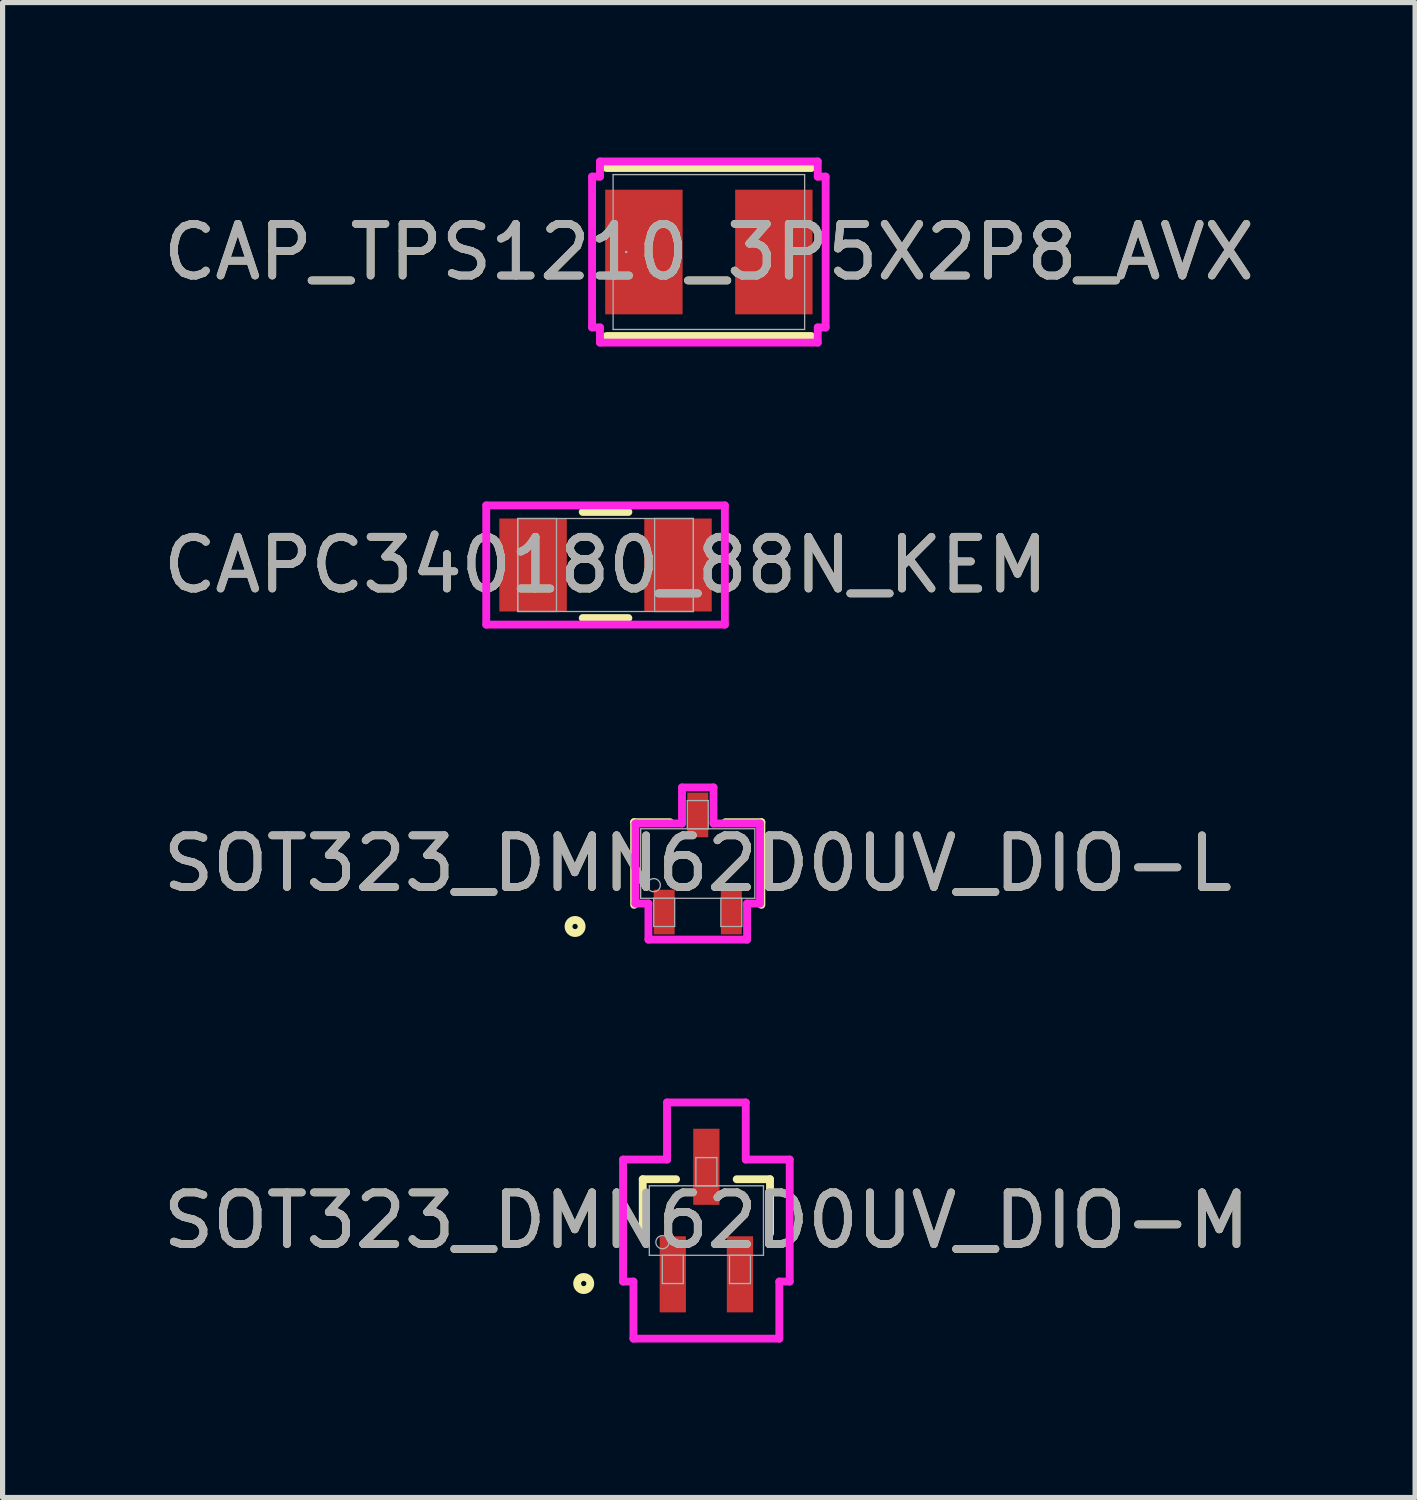
<source format=kicad_pcb>
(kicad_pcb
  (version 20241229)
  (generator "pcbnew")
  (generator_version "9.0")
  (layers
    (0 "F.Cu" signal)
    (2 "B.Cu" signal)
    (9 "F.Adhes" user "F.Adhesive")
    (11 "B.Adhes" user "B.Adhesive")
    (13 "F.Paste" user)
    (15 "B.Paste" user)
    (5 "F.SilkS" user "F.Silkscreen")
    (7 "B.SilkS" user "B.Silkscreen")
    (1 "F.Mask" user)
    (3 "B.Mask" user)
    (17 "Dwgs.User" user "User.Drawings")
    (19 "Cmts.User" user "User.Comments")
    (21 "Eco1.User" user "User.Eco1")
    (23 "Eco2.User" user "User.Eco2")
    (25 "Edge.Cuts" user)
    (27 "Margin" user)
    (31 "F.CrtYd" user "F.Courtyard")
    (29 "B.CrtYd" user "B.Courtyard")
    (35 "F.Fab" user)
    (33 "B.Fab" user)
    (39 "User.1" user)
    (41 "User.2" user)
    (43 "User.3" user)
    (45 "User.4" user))
  (footprint "CAP_TPS1210_3P5X2P8_AVX"
    (layer "F.Cu")
    (at 10.673 1.829)
    (property "Reference" "CAP_TPS1210_3P5X2P8_AVX" (at 0 0 0) (unlocked yes) (layer "F.SilkS") (effects (font (size 1 1) (thickness 0.15))))
    (attr smd)
    (fp_line (start -1.981 1.626) (end 1.981 1.626) (stroke (width 0.152) (type solid)) (layer "F.SilkS"))
    (fp_line (start 1.981 -1.626) (end -1.981 -1.626) (stroke (width 0.152) (type solid)) (layer "F.SilkS"))
    (fp_line (start -2.261 -1.46) (end -2.108 -1.46) (stroke (width 0.152) (type solid)) (layer "F.CrtYd"))
    (fp_line (start -2.261 1.46) (end -2.261 -1.46) (stroke (width 0.152) (type solid)) (layer "F.CrtYd"))
    (fp_line (start -2.108 -1.753) (end 2.108 -1.753) (stroke (width 0.152) (type solid)) (layer "F.CrtYd"))
    (fp_line (start -2.108 -1.46) (end -2.108 -1.753) (stroke (width 0.152) (type solid)) (layer "F.CrtYd"))
    (fp_line (start -2.108 1.46) (end -2.261 1.46) (stroke (width 0.152) (type solid)) (layer "F.CrtYd"))
    (fp_line (start -2.108 1.753) (end -2.108 1.46) (stroke (width 0.152) (type solid)) (layer "F.CrtYd"))
    (fp_line (start 2.108 -1.753) (end 2.108 -1.46) (stroke (width 0.152) (type solid)) (layer "F.CrtYd"))
    (fp_line (start 2.108 -1.46) (end 2.261 -1.46) (stroke (width 0.152) (type solid)) (layer "F.CrtYd"))
    (fp_line (start 2.108 1.46) (end 2.108 1.753) (stroke (width 0.152) (type solid)) (layer "F.CrtYd"))
    (fp_line (start 2.108 1.753) (end -2.108 1.753) (stroke (width 0.152) (type solid)) (layer "F.CrtYd"))
    (fp_line (start 2.261 -1.46) (end 2.261 1.46) (stroke (width 0.152) (type solid)) (layer "F.CrtYd"))
    (fp_line (start 2.261 1.46) (end 2.108 1.46) (stroke (width 0.152) (type solid)) (layer "F.CrtYd"))
    (fp_line (start -1.854 -1.499) (end -1.854 1.499) (stroke (width 0.025) (type solid)) (layer "F.Fab"))
    (fp_line (start -1.854 1.499) (end 1.854 1.499) (stroke (width 0.025) (type solid)) (layer "F.Fab"))
    (fp_line (start 1.854 -1.499) (end -1.854 -1.499) (stroke (width 0.025) (type solid)) (layer "F.Fab"))
    (fp_line (start 1.854 1.499) (end 1.854 -1.499) (stroke (width 0.025) (type solid)) (layer "F.Fab"))
    (fp_circle (center -1.6 0) (end -1.6 0) (stroke (width 0.025) (type solid)) (fill no) (layer "F.Fab"))
    (fp_text user "${REFERENCE}" (at 0 0 0) (unlocked yes) (layer "F.Fab") (effects (font (size 1 1) (thickness 0.15))))
    (pad "1" smd rect (at -1.258 0 90) (size 2.413 1.498) (layers "F.Cu" "F.Mask" "F.Paste"))
    (pad "2" smd rect (at 1.258 0 90) (size 2.413 1.498) (layers "F.Cu" "F.Mask" "F.Paste"))
    (zone (net_name "") (layer "F.Cu") (hatch full 0.508) (connect_pads) (min_thickness 0.254) (filled_areas_thickness no) (keepout (tracks not_allowed) (vias not_allowed) (pads allowed) (copperpour not_allowed) (footprints allowed)) (placement (enabled no)) (fill) (polygon (pts (xy 8.869 0.381) (xy 12.476 0.381) (xy 12.476 0.572) (xy 8.869 0.572))))
    (zone (net_name "") (layer "F.Cu") (hatch full 0.508) (connect_pads) (min_thickness 0.254) (filled_areas_thickness no) (keepout (tracks not_allowed) (vias not_allowed) (pads allowed) (copperpour not_allowed) (footprints allowed)) (placement (enabled no)) (fill) (polygon (pts (xy 8.869 3.086) (xy 12.476 3.086) (xy 12.476 3.277) (xy 8.869 3.277))))
    (zone (net_name "") (layer "F.Cu") (hatch full 0.508) (connect_pads) (min_thickness 0.254) (filled_areas_thickness no) (keepout (tracks not_allowed) (vias not_allowed) (pads allowed) (copperpour not_allowed) (footprints allowed)) (placement (enabled no)) (fill) (polygon (pts (xy 10.214 0.572) (xy 11.131 0.572) (xy 11.131 3.086) (xy 10.214 3.086)))))
  (footprint "SOT323_DMN62D0UV_DIO-M"
    (layer "F.Cu")
    (at 10.625 20.579)
    (property "Reference" "SOT323_DMN62D0UV_DIO-M" (at 0 0 0) (unlocked yes) (layer "F.SilkS") (effects (font (size 1 1) (thickness 0.15))))
    (attr smd)
    (fp_line (start -1.232 -0.8) (end -1.232 0.248) (stroke (width 0.152) (type solid)) (layer "F.SilkS"))
    (fp_line (start -0.587 -0.8) (end -1.232 -0.8) (stroke (width 0.152) (type solid)) (layer "F.SilkS"))
    (fp_line (start 1.232 -0.8) (end 0.587 -0.8) (stroke (width 0.152) (type solid)) (layer "F.SilkS"))
    (fp_line (start 1.232 0.248) (end 1.232 -0.8) (stroke (width 0.152) (type solid)) (layer "F.SilkS"))
    (fp_circle (center -2.375 1.219) (end -2.248 1.219) (stroke (width 0.152) (type solid)) (fill no) (layer "F.SilkS"))
    (fp_line (start -1.613 -1.181) (end -0.762 -1.181) (stroke (width 0.152) (type solid)) (layer "F.CrtYd"))
    (fp_line (start -1.613 1.181) (end -1.613 -1.181) (stroke (width 0.152) (type solid)) (layer "F.CrtYd"))
    (fp_line (start -1.613 1.181) (end -1.412 1.181) (stroke (width 0.152) (type solid)) (layer "F.CrtYd"))
    (fp_line (start -1.412 1.181) (end -1.412 2.286) (stroke (width 0.152) (type solid)) (layer "F.CrtYd"))
    (fp_line (start -1.412 2.286) (end 1.412 2.286) (stroke (width 0.152) (type solid)) (layer "F.CrtYd"))
    (fp_line (start -0.762 -2.286) (end 0.762 -2.286) (stroke (width 0.152) (type solid)) (layer "F.CrtYd"))
    (fp_line (start -0.762 -1.181) (end -0.762 -2.286) (stroke (width 0.152) (type solid)) (layer "F.CrtYd"))
    (fp_line (start 0.762 -1.181) (end 0.762 -2.286) (stroke (width 0.152) (type solid)) (layer "F.CrtYd"))
    (fp_line (start 1.412 1.181) (end 1.412 2.286) (stroke (width 0.152) (type solid)) (layer "F.CrtYd"))
    (fp_line (start 1.613 -1.181) (end 0.762 -1.181) (stroke (width 0.152) (type solid)) (layer "F.CrtYd"))
    (fp_line (start 1.613 -1.181) (end 1.613 1.181) (stroke (width 0.152) (type solid)) (layer "F.CrtYd"))
    (fp_line (start 1.613 1.181) (end 1.412 1.181) (stroke (width 0.152) (type solid)) (layer "F.CrtYd"))
    (fp_line (start -1.105 -0.673) (end -1.105 0.673) (stroke (width 0.025) (type solid)) (layer "F.Fab"))
    (fp_line (start -1.105 0.673) (end 1.105 0.673) (stroke (width 0.025) (type solid)) (layer "F.Fab"))
    (fp_line (start -0.853 0.673) (end -0.853 1.219) (stroke (width 0.025) (type solid)) (layer "F.Fab"))
    (fp_line (start -0.853 1.219) (end -0.447 1.219) (stroke (width 0.025) (type solid)) (layer "F.Fab"))
    (fp_line (start -0.447 0.673) (end -0.853 0.673) (stroke (width 0.025) (type solid)) (layer "F.Fab"))
    (fp_line (start -0.447 1.219) (end -0.447 0.673) (stroke (width 0.025) (type solid)) (layer "F.Fab"))
    (fp_line (start -0.203 -1.219) (end -0.203 -0.673) (stroke (width 0.025) (type solid)) (layer "F.Fab"))
    (fp_line (start -0.203 -0.673) (end 0.203 -0.673) (stroke (width 0.025) (type solid)) (layer "F.Fab"))
    (fp_line (start 0.203 -1.219) (end -0.203 -1.219) (stroke (width 0.025) (type solid)) (layer "F.Fab"))
    (fp_line (start 0.203 -0.673) (end 0.203 -1.219) (stroke (width 0.025) (type solid)) (layer "F.Fab"))
    (fp_line (start 0.447 0.673) (end 0.447 1.219) (stroke (width 0.025) (type solid)) (layer "F.Fab"))
    (fp_line (start 0.447 1.219) (end 0.853 1.219) (stroke (width 0.025) (type solid)) (layer "F.Fab"))
    (fp_line (start 0.853 0.673) (end 0.447 0.673) (stroke (width 0.025) (type solid)) (layer "F.Fab"))
    (fp_line (start 0.853 1.219) (end 0.853 0.673) (stroke (width 0.025) (type solid)) (layer "F.Fab"))
    (fp_line (start 1.105 -0.673) (end -1.105 -0.673) (stroke (width 0.025) (type solid)) (layer "F.Fab"))
    (fp_line (start 1.105 0.673) (end 1.105 -0.673) (stroke (width 0.025) (type solid)) (layer "F.Fab"))
    (fp_circle (center -0.851 0.419) (end -0.724 0.419) (stroke (width 0.025) (type solid)) (fill no) (layer "F.Fab"))
    (fp_text user "${REFERENCE}" (at 0 0 0) (unlocked yes) (layer "F.Fab") (effects (font (size 1 1) (thickness 0.15))))
    (pad "1" smd rect (at -0.65 1.041) (size 0.508 1.473) (layers "F.Cu" "F.Mask" "F.Paste"))
    (pad "2" smd rect (at 0.65 1.041) (size 0.508 1.473) (layers "F.Cu" "F.Mask" "F.Paste"))
    (pad "3" smd rect (at 0 -1.041) (size 0.508 1.473) (layers "F.Cu" "F.Mask" "F.Paste")))
  (footprint "CAPC340180_88N_KEM"
    (layer "F.Cu")
    (at 8.673 7.888)
    (property "Reference" "CAPC340180_88N_KEM" (at 0 0 0) (unlocked yes) (layer "F.SilkS") (effects (font (size 1 1) (thickness 0.15))))
    (attr smd)
    (fp_line (start -0.442 1.027) (end 0.442 1.027) (stroke (width 0.152) (type solid)) (layer "F.SilkS"))
    (fp_line (start 0.442 -1.027) (end -0.442 -1.027) (stroke (width 0.152) (type solid)) (layer "F.SilkS"))
    (fp_line (start -2.31 -1.154) (end 2.31 -1.154) (stroke (width 0.152) (type solid)) (layer "F.CrtYd"))
    (fp_line (start -2.31 1.154) (end -2.31 -1.154) (stroke (width 0.152) (type solid)) (layer "F.CrtYd"))
    (fp_line (start 2.31 -1.154) (end 2.31 1.154) (stroke (width 0.152) (type solid)) (layer "F.CrtYd"))
    (fp_line (start 2.31 1.154) (end -2.31 1.154) (stroke (width 0.152) (type solid)) (layer "F.CrtYd"))
    (fp_line (start -1.7 -0.9) (end -1.7 0.9) (stroke (width 0.025) (type solid)) (layer "F.Fab"))
    (fp_line (start -1.7 -0.9) (end -1.7 0.9) (stroke (width 0.025) (type solid)) (layer "F.Fab"))
    (fp_line (start -1.7 0.9) (end -0.95 0.9) (stroke (width 0.025) (type solid)) (layer "F.Fab"))
    (fp_line (start -1.7 0.9) (end 1.7 0.9) (stroke (width 0.025) (type solid)) (layer "F.Fab"))
    (fp_line (start -0.95 -0.9) (end -1.7 -0.9) (stroke (width 0.025) (type solid)) (layer "F.Fab"))
    (fp_line (start -0.95 0.9) (end -0.95 -0.9) (stroke (width 0.025) (type solid)) (layer "F.Fab"))
    (fp_line (start 0.95 -0.9) (end 0.95 0.9) (stroke (width 0.025) (type solid)) (layer "F.Fab"))
    (fp_line (start 0.95 0.9) (end 1.7 0.9) (stroke (width 0.025) (type solid)) (layer "F.Fab"))
    (fp_line (start 1.7 -0.9) (end -1.7 -0.9) (stroke (width 0.025) (type solid)) (layer "F.Fab"))
    (fp_line (start 1.7 -0.9) (end 0.95 -0.9) (stroke (width 0.025) (type solid)) (layer "F.Fab"))
    (fp_line (start 1.7 0.9) (end 1.7 -0.9) (stroke (width 0.025) (type solid)) (layer "F.Fab"))
    (fp_line (start 1.7 0.9) (end 1.7 -0.9) (stroke (width 0.025) (type solid)) (layer "F.Fab"))
    (fp_text user "${REFERENCE}" (at 0 0 0) (unlocked yes) (layer "F.Fab") (effects (font (size 1 1) (thickness 0.15))))
    (pad "1" smd rect (at -1.403 0) (size 1.306 1.8) (layers "F.Cu" "F.Mask" "F.Paste"))
    (pad "2" smd rect (at 1.403 0) (size 1.306 1.8) (layers "F.Cu" "F.Mask" "F.Paste"))
    (zone (net_name "") (layer "F.Cu") (hatch full 0.508) (connect_pads) (min_thickness 0.254) (filled_areas_thickness no) (keepout (tracks not_allowed) (vias not_allowed) (pads allowed) (copperpour not_allowed) (footprints allowed)) (placement (enabled no)) (fill) (polygon (pts (xy 7.973 7.039) (xy 9.372 7.039) (xy 9.372 8.737) (xy 7.973 8.737)))))
  (footprint "SOT323_DMN62D0UV_DIO-L"
    (layer "F.Cu")
    (at 10.458 13.667)
    (property "Reference" "SOT323_DMN62D0UV_DIO-L" (at 0 0 0) (unlocked yes) (layer "F.SilkS") (effects (font (size 1 1) (thickness 0.15))))
    (attr smd)
    (fp_line (start -1.232 -0.8) (end -1.232 0.8) (stroke (width 0.152) (type solid)) (layer "F.SilkS"))
    (fp_line (start -0.536 -0.8) (end -1.232 -0.8) (stroke (width 0.152) (type solid)) (layer "F.SilkS"))
    (fp_line (start 1.232 -0.8) (end 0.536 -0.8) (stroke (width 0.152) (type solid)) (layer "F.SilkS"))
    (fp_line (start 1.232 0.8) (end 1.232 -0.8) (stroke (width 0.152) (type solid)) (layer "F.SilkS"))
    (fp_circle (center -2.375 1.219) (end -2.248 1.219) (stroke (width 0.152) (type solid)) (fill no) (layer "F.SilkS"))
    (fp_line (start -1.206 -0.775) (end -0.305 -0.775) (stroke (width 0.152) (type solid)) (layer "F.CrtYd"))
    (fp_line (start -1.206 0.775) (end -1.206 -0.775) (stroke (width 0.152) (type solid)) (layer "F.CrtYd"))
    (fp_line (start -1.206 0.775) (end -0.955 0.775) (stroke (width 0.152) (type solid)) (layer "F.CrtYd"))
    (fp_line (start -0.955 0.775) (end -0.955 1.473) (stroke (width 0.152) (type solid)) (layer "F.CrtYd"))
    (fp_line (start -0.955 1.473) (end 0.955 1.473) (stroke (width 0.152) (type solid)) (layer "F.CrtYd"))
    (fp_line (start -0.305 -1.473) (end 0.305 -1.473) (stroke (width 0.152) (type solid)) (layer "F.CrtYd"))
    (fp_line (start -0.305 -0.775) (end -0.305 -1.473) (stroke (width 0.152) (type solid)) (layer "F.CrtYd"))
    (fp_line (start 0.305 -0.775) (end 0.305 -1.473) (stroke (width 0.152) (type solid)) (layer "F.CrtYd"))
    (fp_line (start 0.955 0.775) (end 0.955 1.473) (stroke (width 0.152) (type solid)) (layer "F.CrtYd"))
    (fp_line (start 1.206 -0.775) (end 0.305 -0.775) (stroke (width 0.152) (type solid)) (layer "F.CrtYd"))
    (fp_line (start 1.206 -0.775) (end 1.206 0.775) (stroke (width 0.152) (type solid)) (layer "F.CrtYd"))
    (fp_line (start 1.206 0.775) (end 0.955 0.775) (stroke (width 0.152) (type solid)) (layer "F.CrtYd"))
    (fp_line (start -1.105 -0.673) (end -1.105 0.673) (stroke (width 0.025) (type solid)) (layer "F.Fab"))
    (fp_line (start -1.105 0.673) (end 1.105 0.673) (stroke (width 0.025) (type solid)) (layer "F.Fab"))
    (fp_line (start -0.853 0.673) (end -0.853 1.219) (stroke (width 0.025) (type solid)) (layer "F.Fab"))
    (fp_line (start -0.853 1.219) (end -0.447 1.219) (stroke (width 0.025) (type solid)) (layer "F.Fab"))
    (fp_line (start -0.447 0.673) (end -0.853 0.673) (stroke (width 0.025) (type solid)) (layer "F.Fab"))
    (fp_line (start -0.447 1.219) (end -0.447 0.673) (stroke (width 0.025) (type solid)) (layer "F.Fab"))
    (fp_line (start -0.203 -1.219) (end -0.203 -0.673) (stroke (width 0.025) (type solid)) (layer "F.Fab"))
    (fp_line (start -0.203 -0.673) (end 0.203 -0.673) (stroke (width 0.025) (type solid)) (layer "F.Fab"))
    (fp_line (start 0.203 -1.219) (end -0.203 -1.219) (stroke (width 0.025) (type solid)) (layer "F.Fab"))
    (fp_line (start 0.203 -0.673) (end 0.203 -1.219) (stroke (width 0.025) (type solid)) (layer "F.Fab"))
    (fp_line (start 0.447 0.673) (end 0.447 1.219) (stroke (width 0.025) (type solid)) (layer "F.Fab"))
    (fp_line (start 0.447 1.219) (end 0.853 1.219) (stroke (width 0.025) (type solid)) (layer "F.Fab"))
    (fp_line (start 0.853 0.673) (end 0.447 0.673) (stroke (width 0.025) (type solid)) (layer "F.Fab"))
    (fp_line (start 0.853 1.219) (end 0.853 0.673) (stroke (width 0.025) (type solid)) (layer "F.Fab"))
    (fp_line (start 1.105 -0.673) (end -1.105 -0.673) (stroke (width 0.025) (type solid)) (layer "F.Fab"))
    (fp_line (start 1.105 0.673) (end 1.105 -0.673) (stroke (width 0.025) (type solid)) (layer "F.Fab"))
    (fp_circle (center -0.851 0.419) (end -0.724 0.419) (stroke (width 0.025) (type solid)) (fill no) (layer "F.Fab"))
    (fp_text user "${REFERENCE}" (at 0 0 0) (unlocked yes) (layer "F.Fab") (effects (font (size 1 1) (thickness 0.15))))
    (pad "1" smd rect (at -0.65 0.94) (size 0.406 0.864) (layers "F.Cu" "F.Mask" "F.Paste"))
    (pad "2" smd rect (at 0.65 0.94) (size 0.406 0.864) (layers "F.Cu" "F.Mask" "F.Paste"))
    (pad "3" smd rect (at 0 -0.94) (size 0.406 0.864) (layers "F.Cu" "F.Mask" "F.Paste")))
  (gr_rect
    (start -3 -3)
    (end 24.345 25.941)
    (stroke (width 0.1) (type default))
    (fill no)
    (layer "Edge.Cuts")))
</source>
